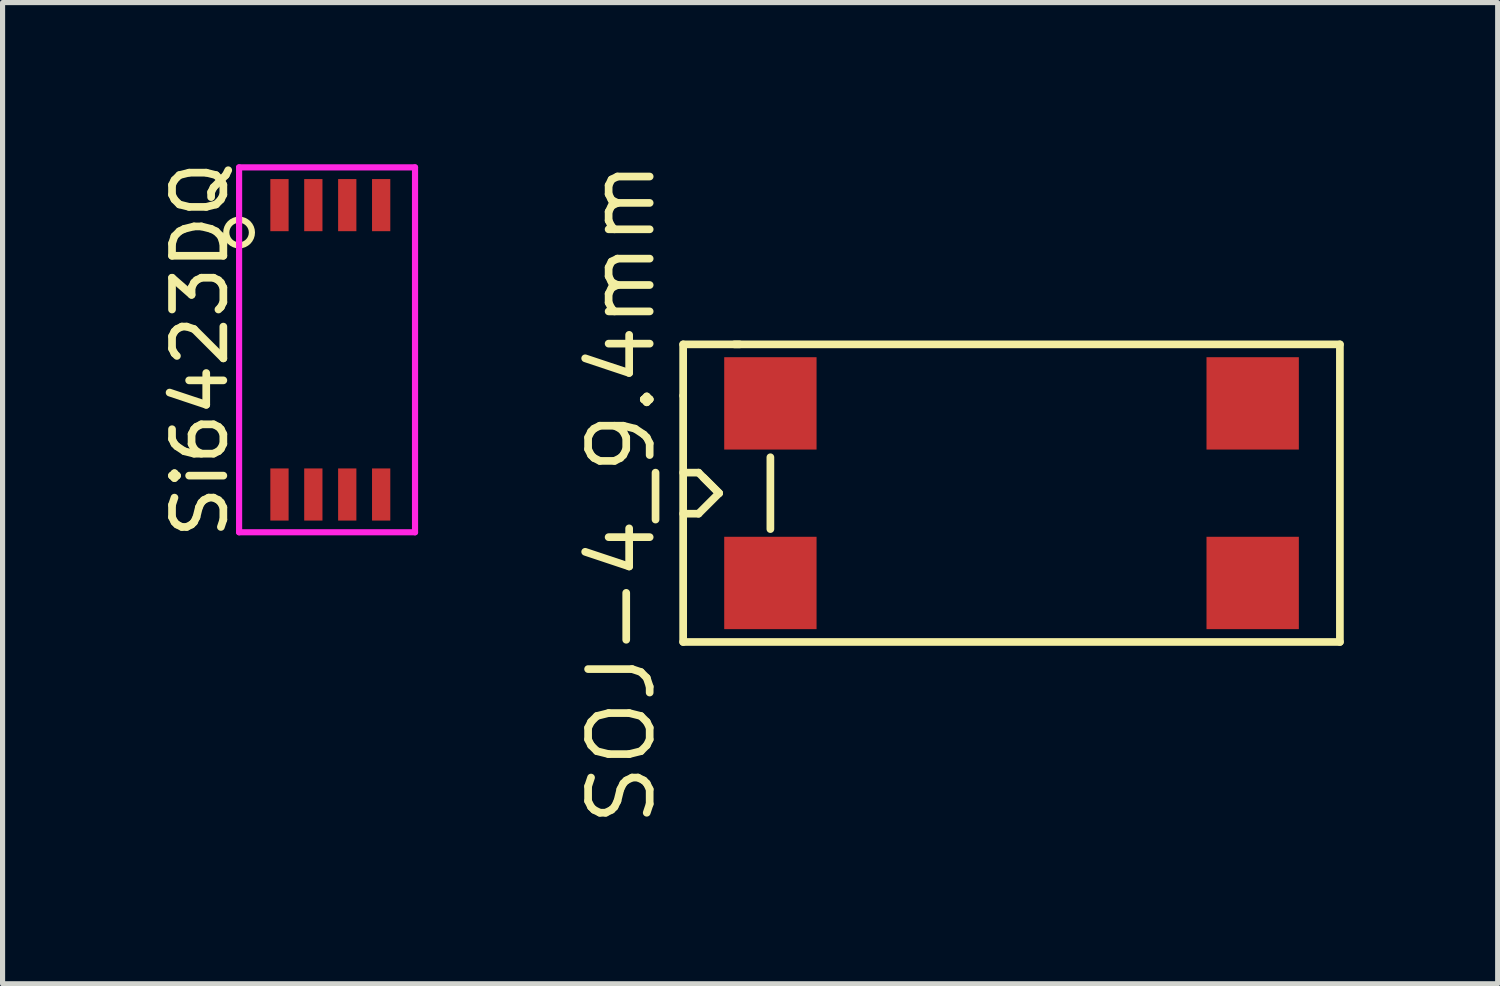
<source format=kicad_pcb>
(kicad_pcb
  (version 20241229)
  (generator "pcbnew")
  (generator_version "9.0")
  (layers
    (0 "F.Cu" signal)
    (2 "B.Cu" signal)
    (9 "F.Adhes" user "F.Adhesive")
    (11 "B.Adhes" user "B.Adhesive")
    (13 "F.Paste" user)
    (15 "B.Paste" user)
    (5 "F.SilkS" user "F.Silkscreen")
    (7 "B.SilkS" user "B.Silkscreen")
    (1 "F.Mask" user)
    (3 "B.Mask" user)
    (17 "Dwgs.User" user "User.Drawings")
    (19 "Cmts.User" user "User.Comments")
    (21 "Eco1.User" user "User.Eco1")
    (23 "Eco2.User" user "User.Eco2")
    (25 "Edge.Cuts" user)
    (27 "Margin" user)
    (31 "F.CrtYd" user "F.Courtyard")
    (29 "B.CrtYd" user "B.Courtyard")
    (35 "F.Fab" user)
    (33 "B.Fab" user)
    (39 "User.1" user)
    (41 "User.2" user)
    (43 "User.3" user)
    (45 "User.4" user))
  (footprint "SOJ-4_9.4mm"
    (layer "F.Cu")
    (at 16.665 6.562)
    (property "Reference" "SOJ-4_9.4mm" (at -7.6 0 90) (layer "F.SilkS") (effects (font (size 1.2 1.2) (thickness 0.15))))
    (attr through_hole)
    (fp_line (start -6.4 -2.9) (end -5.3 -2.9) (stroke (width 0.15) (type solid)) (layer "F.SilkS"))
    (fp_line (start -6.4 -1.9) (end -6.4 -2.9) (stroke (width 0.15) (type solid)) (layer "F.SilkS"))
    (fp_line (start -6.4 -1.9) (end -6.4 2.9) (stroke (width 0.15) (type solid)) (layer "F.SilkS"))
    (fp_line (start -6.4 -0.4) (end -6.1 -0.4) (stroke (width 0.15) (type solid)) (layer "F.SilkS"))
    (fp_line (start -6.4 2.9) (end 6.4 2.9) (stroke (width 0.15) (type solid)) (layer "F.SilkS"))
    (fp_line (start -6.1 0.4) (end -6.4 0.4) (stroke (width 0.15) (type solid)) (layer "F.SilkS"))
    (fp_line (start -6.1 0.4) (end -5.7 0) (stroke (width 0.15) (type solid)) (layer "F.SilkS"))
    (fp_line (start -6 -0.3) (end -5.7 0) (stroke (width 0.15) (type solid)) (layer "F.SilkS"))
    (fp_line (start -5.7 0) (end -6.1 -0.4) (stroke (width 0.15) (type solid)) (layer "F.SilkS"))
    (fp_line (start -4.7 0.7) (end -4.7 -0.7) (stroke (width 0.15) (type solid)) (layer "F.SilkS"))
    (fp_line (start 6.4 -2.9) (end -5.4 -2.9) (stroke (width 0.15) (type solid)) (layer "F.SilkS"))
    (fp_line (start 6.4 2.9) (end 6.4 -2.9) (stroke (width 0.15) (type solid)) (layer "F.SilkS"))
    (pad "1" smd rect (at -4.7 1.75) (size 1.8 1.8) (layers "F.Cu" "F.Mask" "F.Paste"))
    (pad "2" smd rect (at -4.7 -1.75) (size 1.8 1.8) (layers "F.Cu" "F.Mask" "F.Paste"))
    (pad "~" smd rect (at 4.7 -1.75) (size 1.8 1.8) (layers "F.Cu" "F.Mask" "F.Paste"))
    (pad "~" smd rect (at 4.7 1.75) (size 1.8 1.8) (layers "F.Cu" "F.Mask" "F.Paste")))
  (footprint "Si6423DQ"
    (layer "F.Cu")
    (at 3.388 3.768)
    (property "Reference" "Si6423DQ" (at -2.54 0 90) (layer "F.SilkS") (effects (font (size 1 1) (thickness 0.15))))
    (attr through_hole)
    (fp_circle (center -1.778 -2.286) (end -1.528 -2.286) (stroke (width 0.12) (type solid)) (fill no) (layer "F.SilkS"))
    (fp_line (start -1.778 -3.556) (end 1.651 -3.556) (stroke (width 0.12) (type solid)) (layer "F.CrtYd"))
    (fp_line (start -1.778 3.556) (end -1.778 -3.556) (stroke (width 0.12) (type solid)) (layer "F.CrtYd"))
    (fp_line (start 1.651 -3.556) (end 1.651 3.556) (stroke (width 0.12) (type solid)) (layer "F.CrtYd"))
    (fp_line (start 1.651 3.556) (end -1.778 3.556) (stroke (width 0.12) (type solid)) (layer "F.CrtYd"))
    (pad "1" smd rect (at -0.991 -2.82) (size 0.356 1.016) (layers "F.Cu" "F.Mask" "F.Paste"))
    (pad "1" smd rect (at -0.991 2.82) (size 0.356 1.016) (layers "F.Cu" "F.Mask" "F.Paste"))
    (pad "1" smd rect (at 0.991 2.82) (size 0.356 1.016) (layers "F.Cu" "F.Mask" "F.Paste"))
    (pad "2" smd rect (at 0.991 -2.82) (size 0.356 1.016) (layers "F.Cu" "F.Mask" "F.Paste"))
    (pad "3" smd rect (at -0.331 -2.82) (size 0.356 1.016) (layers "F.Cu" "F.Mask" "F.Paste"))
    (pad "3" smd rect (at -0.331 2.82) (size 0.356 1.016) (layers "F.Cu" "F.Mask" "F.Paste"))
    (pad "3" smd rect (at 0.33 -2.82) (size 0.356 1.016) (layers "F.Cu" "F.Mask" "F.Paste"))
    (pad "3" smd rect (at 0.33 2.82) (size 0.356 1.016) (layers "F.Cu" "F.Mask" "F.Paste")))
  (gr_rect
    (start -3 -3)
    (end 26.14 16.124)
    (stroke (width 0.1) (type default))
    (fill no)
    (layer "Edge.Cuts")))
</source>
